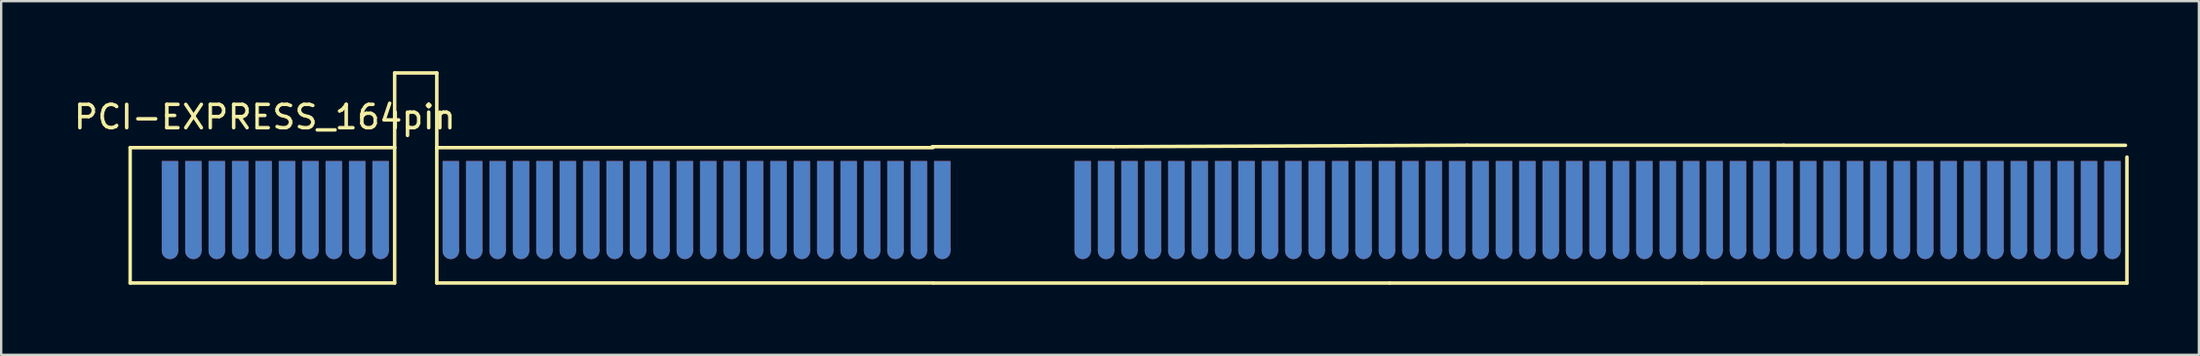
<source format=kicad_pcb>
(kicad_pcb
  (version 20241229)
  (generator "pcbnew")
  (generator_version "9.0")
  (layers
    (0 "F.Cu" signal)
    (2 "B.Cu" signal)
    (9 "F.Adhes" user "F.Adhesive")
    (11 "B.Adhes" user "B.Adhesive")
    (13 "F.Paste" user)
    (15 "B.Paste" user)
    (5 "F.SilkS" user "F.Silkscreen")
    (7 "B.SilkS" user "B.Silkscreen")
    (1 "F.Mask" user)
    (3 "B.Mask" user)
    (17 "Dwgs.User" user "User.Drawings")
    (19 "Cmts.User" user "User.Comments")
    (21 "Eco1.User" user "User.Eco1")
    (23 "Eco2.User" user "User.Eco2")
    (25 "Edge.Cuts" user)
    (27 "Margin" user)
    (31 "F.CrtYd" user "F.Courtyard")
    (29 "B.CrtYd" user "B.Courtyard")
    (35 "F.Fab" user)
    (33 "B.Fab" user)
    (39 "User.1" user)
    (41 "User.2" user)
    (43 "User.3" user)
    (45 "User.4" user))
  (footprint "PCI-EXPRESS_164pin"
    (layer "F.Cu")
    (at 4.213 5.775)
    (property "Reference" "PCI-EXPRESS_164pin" (at 4.055 -3.81 0) (layer "F.SilkS") (effects (font (size 1 1) (thickness 0.15))))
    (attr through_hole)
    (fp_line (start -1.701 -2.499) (end 9.6 -2.499) (stroke (width 0.15) (type solid)) (layer "F.SilkS"))
    (fp_line (start -1.701 3.299) (end -1.701 -2.499) (stroke (width 0.15) (type solid)) (layer "F.SilkS"))
    (fp_line (start 9.6 -5.7) (end 11.401 -5.7) (stroke (width 0.15) (type solid)) (layer "F.SilkS"))
    (fp_line (start 9.6 -2.499) (end 9.6 -5.7) (stroke (width 0.15) (type solid)) (layer "F.SilkS"))
    (fp_line (start 9.6 -2.499) (end 9.6 3.299) (stroke (width 0.15) (type solid)) (layer "F.SilkS"))
    (fp_line (start 9.6 3.299) (end -1.701 3.299) (stroke (width 0.15) (type solid)) (layer "F.SilkS"))
    (fp_line (start 11.401 -5.7) (end 11.401 -2.499) (stroke (width 0.15) (type solid)) (layer "F.SilkS"))
    (fp_line (start 11.401 -2.499) (end 11.401 3.299) (stroke (width 0.15) (type solid)) (layer "F.SilkS"))
    (fp_line (start 11.401 3.299) (end 32.6 3.299) (stroke (width 0.15) (type solid)) (layer "F.SilkS"))
    (fp_line (start 32.566 -2.54) (end 40.313 -2.54) (stroke (width 0.15) (type solid)) (layer "F.SilkS"))
    (fp_line (start 32.6 -2.499) (end 11.401 -2.499) (stroke (width 0.15) (type solid)) (layer "F.SilkS"))
    (fp_line (start 32.63 3.302) (end 52.124 3.302) (stroke (width 0.15) (type solid)) (layer "F.SilkS"))
    (fp_line (start 40.313 -2.54) (end 55.426 -2.603) (stroke (width 0.15) (type solid)) (layer "F.SilkS"))
    (fp_line (start 52.124 3.302) (end 65.46 3.302) (stroke (width 0.15) (type solid)) (layer "F.SilkS"))
    (fp_line (start 55.426 -2.603) (end 68.952 -2.603) (stroke (width 0.15) (type solid)) (layer "F.SilkS"))
    (fp_line (start 65.46 3.302) (end 83.621 3.302) (stroke (width 0.15) (type solid)) (layer "F.SilkS"))
    (fp_line (start 68.952 -2.6) (end 83.557 -2.6) (stroke (width 0.15) (type solid)) (layer "F.SilkS"))
    (fp_line (start 83.62 3.302) (end 83.62 -2.095) (stroke (width 0.15) (type solid)) (layer "F.SilkS"))
    (pad "" connect circle (at 0 1.925) (size 0.7 0.7) (layers "F.Cu" "F.Mask"))
    (pad "" connect circle (at 0 1.925) (size 0.7 0.7) (layers "B.Cu" "B.Mask"))
    (pad "" connect circle (at 1 1.925) (size 0.7 0.7) (layers "F.Cu" "F.Mask"))
    (pad "" connect circle (at 1 1.925) (size 0.7 0.7) (layers "B.Cu" "B.Mask"))
    (pad "" connect circle (at 2 1.925) (size 0.7 0.7) (layers "F.Cu" "F.Mask"))
    (pad "" connect circle (at 2 1.925) (size 0.7 0.7) (layers "B.Cu" "B.Mask"))
    (pad "" connect circle (at 3 1.925) (size 0.7 0.7) (layers "F.Cu" "F.Mask"))
    (pad "" connect circle (at 3 1.925) (size 0.7 0.7) (layers "B.Cu" "B.Mask"))
    (pad "" connect circle (at 4 1.925) (size 0.7 0.7) (layers "F.Cu" "F.Mask"))
    (pad "" connect circle (at 4 1.925) (size 0.7 0.7) (layers "B.Cu" "B.Mask"))
    (pad "" connect circle (at 5 1.925) (size 0.7 0.7) (layers "F.Cu" "F.Mask"))
    (pad "" connect circle (at 5 1.925) (size 0.7 0.7) (layers "B.Cu" "B.Mask"))
    (pad "" connect circle (at 6 1.925) (size 0.7 0.7) (layers "F.Cu" "F.Mask"))
    (pad "" connect circle (at 6 1.925) (size 0.7 0.7) (layers "B.Cu" "B.Mask"))
    (pad "" connect circle (at 7 1.925) (size 0.7 0.7) (layers "F.Cu" "F.Mask"))
    (pad "" connect circle (at 7 1.925) (size 0.7 0.7) (layers "B.Cu" "B.Mask"))
    (pad "" connect circle (at 8 1.925) (size 0.7 0.7) (layers "F.Cu" "F.Mask"))
    (pad "" connect circle (at 8 1.925) (size 0.7 0.7) (layers "B.Cu" "B.Mask"))
    (pad "" connect circle (at 9 1.925) (size 0.7 0.7) (layers "F.Cu" "F.Mask"))
    (pad "" connect circle (at 9 1.925) (size 0.7 0.7) (layers "B.Cu" "B.Mask"))
    (pad "" connect circle (at 12 1.925) (size 0.7 0.7) (layers "F.Cu" "F.Mask"))
    (pad "" connect circle (at 12 1.925) (size 0.7 0.7) (layers "B.Cu" "B.Mask"))
    (pad "" connect circle (at 13 1.925) (size 0.7 0.7) (layers "F.Cu" "F.Mask"))
    (pad "" connect circle (at 13 1.925) (size 0.7 0.7) (layers "B.Cu" "B.Mask"))
    (pad "" connect circle (at 14 1.925) (size 0.7 0.7) (layers "F.Cu" "F.Mask"))
    (pad "" connect circle (at 14 1.925) (size 0.7 0.7) (layers "B.Cu" "B.Mask"))
    (pad "" connect circle (at 15 1.925) (size 0.7 0.7) (layers "F.Cu" "F.Mask"))
    (pad "" connect circle (at 15 1.925) (size 0.7 0.7) (layers "B.Cu" "B.Mask"))
    (pad "" connect circle (at 16 1.925) (size 0.7 0.7) (layers "F.Cu" "F.Mask"))
    (pad "" connect circle (at 16 1.925) (size 0.7 0.7) (layers "B.Cu" "B.Mask"))
    (pad "" connect circle (at 17 1.925) (size 0.7 0.7) (layers "F.Cu" "F.Mask"))
    (pad "" connect circle (at 17 1.925) (size 0.7 0.7) (layers "B.Cu" "B.Mask"))
    (pad "" connect circle (at 18 1.925) (size 0.7 0.7) (layers "F.Cu" "F.Mask"))
    (pad "" connect circle (at 18 1.925) (size 0.7 0.7) (layers "B.Cu" "B.Mask"))
    (pad "" connect circle (at 19 1.925) (size 0.7 0.7) (layers "F.Cu" "F.Mask"))
    (pad "" connect circle (at 19 1.925) (size 0.7 0.7) (layers "B.Cu" "B.Mask"))
    (pad "" connect circle (at 20 1.925) (size 0.7 0.7) (layers "F.Cu" "F.Mask"))
    (pad "" connect circle (at 20 1.925) (size 0.7 0.7) (layers "B.Cu" "B.Mask"))
    (pad "" connect circle (at 21 1.925) (size 0.7 0.7) (layers "F.Cu" "F.Mask"))
    (pad "" connect circle (at 21 1.925) (size 0.7 0.7) (layers "B.Cu" "B.Mask"))
    (pad "" connect circle (at 22 1.925) (size 0.7 0.7) (layers "F.Cu" "F.Mask"))
    (pad "" connect circle (at 22 1.925) (size 0.7 0.7) (layers "B.Cu" "B.Mask"))
    (pad "" connect circle (at 23 1.925) (size 0.7 0.7) (layers "F.Cu" "F.Mask"))
    (pad "" connect circle (at 23 1.925) (size 0.7 0.7) (layers "B.Cu" "B.Mask"))
    (pad "" connect circle (at 24 1.925) (size 0.7 0.7) (layers "F.Cu" "F.Mask"))
    (pad "" connect circle (at 24 1.925) (size 0.7 0.7) (layers "B.Cu" "B.Mask"))
    (pad "" connect circle (at 25 1.925) (size 0.7 0.7) (layers "F.Cu" "F.Mask"))
    (pad "" connect circle (at 25 1.925) (size 0.7 0.7) (layers "B.Cu" "B.Mask"))
    (pad "" connect circle (at 26 1.925) (size 0.7 0.7) (layers "F.Cu" "F.Mask"))
    (pad "" connect circle (at 26 1.925) (size 0.7 0.7) (layers "B.Cu" "B.Mask"))
    (pad "" connect circle (at 27 1.925) (size 0.7 0.7) (layers "F.Cu" "F.Mask"))
    (pad "" connect circle (at 27 1.925) (size 0.7 0.7) (layers "B.Cu" "B.Mask"))
    (pad "" connect circle (at 28 1.925) (size 0.7 0.7) (layers "F.Cu" "F.Mask"))
    (pad "" connect circle (at 28 1.925) (size 0.7 0.7) (layers "B.Cu" "B.Mask"))
    (pad "" connect circle (at 29 1.925) (size 0.7 0.7) (layers "F.Cu" "F.Mask"))
    (pad "" connect circle (at 29 1.925) (size 0.7 0.7) (layers "B.Cu" "B.Mask"))
    (pad "" connect circle (at 30 1.925) (size 0.7 0.7) (layers "F.Cu" "F.Mask"))
    (pad "" connect circle (at 30 1.925) (size 0.7 0.7) (layers "B.Cu" "B.Mask"))
    (pad "" connect circle (at 31 1.925) (size 0.7 0.7) (layers "F.Cu" "F.Mask"))
    (pad "" connect circle (at 31 1.925) (size 0.7 0.7) (layers "B.Cu" "B.Mask"))
    (pad "" connect circle (at 32 1.925) (size 0.7 0.7) (layers "F.Cu" "F.Mask"))
    (pad "" connect circle (at 32 1.925) (size 0.7 0.7) (layers "B.Cu" "B.Mask"))
    (pad "" connect circle (at 33 1.925) (size 0.7 0.7) (layers "F.Cu" "F.Mask"))
    (pad "" connect circle (at 33 1.925) (size 0.7 0.7) (layers "B.Cu" "B.Mask"))
    (pad "" connect circle (at 39 1.925) (size 0.7 0.7) (layers "F.Cu" "F.Mask"))
    (pad "" connect circle (at 39 1.925) (size 0.7 0.7) (layers "B.Cu" "B.Mask"))
    (pad "" connect circle (at 40 1.925) (size 0.7 0.7) (layers "F.Cu" "F.Mask"))
    (pad "" connect circle (at 40 1.925) (size 0.7 0.7) (layers "B.Cu" "B.Mask"))
    (pad "" connect circle (at 41 1.925) (size 0.7 0.7) (layers "F.Cu" "F.Mask"))
    (pad "" connect circle (at 41 1.925) (size 0.7 0.7) (layers "B.Cu" "B.Mask"))
    (pad "" connect circle (at 42 1.925) (size 0.7 0.7) (layers "F.Cu" "F.Mask"))
    (pad "" connect circle (at 42 1.925) (size 0.7 0.7) (layers "B.Cu" "B.Mask"))
    (pad "" connect circle (at 43 1.925) (size 0.7 0.7) (layers "F.Cu" "F.Mask"))
    (pad "" connect circle (at 43 1.925) (size 0.7 0.7) (layers "B.Cu" "B.Mask"))
    (pad "" connect circle (at 44 1.925) (size 0.7 0.7) (layers "F.Cu" "F.Mask"))
    (pad "" connect circle (at 44 1.925) (size 0.7 0.7) (layers "B.Cu" "B.Mask"))
    (pad "" connect circle (at 45 1.925) (size 0.7 0.7) (layers "F.Cu" "F.Mask"))
    (pad "" connect circle (at 45 1.925) (size 0.7 0.7) (layers "B.Cu" "B.Mask"))
    (pad "" connect circle (at 46 1.925) (size 0.7 0.7) (layers "F.Cu" "F.Mask"))
    (pad "" connect circle (at 46 1.925) (size 0.7 0.7) (layers "B.Cu" "B.Mask"))
    (pad "" connect circle (at 47 1.925) (size 0.7 0.7) (layers "F.Cu" "F.Mask"))
    (pad "" connect circle (at 47 1.925) (size 0.7 0.7) (layers "B.Cu" "B.Mask"))
    (pad "" connect circle (at 48 1.925) (size 0.7 0.7) (layers "F.Cu" "F.Mask"))
    (pad "" connect circle (at 48 1.925) (size 0.7 0.7) (layers "B.Cu" "B.Mask"))
    (pad "" connect circle (at 49 1.925) (size 0.7 0.7) (layers "F.Cu" "F.Mask"))
    (pad "" connect circle (at 49 1.925) (size 0.7 0.7) (layers "B.Cu" "B.Mask"))
    (pad "" connect circle (at 50 1.925) (size 0.7 0.7) (layers "F.Cu" "F.Mask"))
    (pad "" connect circle (at 50 1.925) (size 0.7 0.7) (layers "B.Cu" "B.Mask"))
    (pad "" connect circle (at 51 1.925) (size 0.7 0.7) (layers "F.Cu" "F.Mask"))
    (pad "" connect circle (at 51 1.925) (size 0.7 0.7) (layers "B.Cu" "B.Mask"))
    (pad "" connect circle (at 52 1.925) (size 0.7 0.7) (layers "F.Cu" "F.Mask"))
    (pad "" connect circle (at 52 1.925) (size 0.7 0.7) (layers "B.Cu" "B.Mask"))
    (pad "" connect circle (at 53 1.925) (size 0.7 0.7) (layers "F.Cu" "F.Mask"))
    (pad "" connect circle (at 53 1.925) (size 0.7 0.7) (layers "B.Cu" "B.Mask"))
    (pad "" connect circle (at 54 1.925) (size 0.7 0.7) (layers "F.Cu" "F.Mask"))
    (pad "" connect circle (at 54 1.925) (size 0.7 0.7) (layers "B.Cu" "B.Mask"))
    (pad "" connect circle (at 55 1.925) (size 0.7 0.7) (layers "F.Cu" "F.Mask"))
    (pad "" connect circle (at 55 1.925) (size 0.7 0.7) (layers "B.Cu" "B.Mask"))
    (pad "" connect circle (at 56 1.925) (size 0.7 0.7) (layers "F.Cu" "F.Mask"))
    (pad "" connect circle (at 56 1.925) (size 0.7 0.7) (layers "B.Cu" "B.Mask"))
    (pad "" connect circle (at 57 1.925) (size 0.7 0.7) (layers "F.Cu" "F.Mask"))
    (pad "" connect circle (at 57 1.925) (size 0.7 0.7) (layers "B.Cu" "B.Mask"))
    (pad "" connect circle (at 58 1.925) (size 0.7 0.7) (layers "F.Cu" "F.Mask"))
    (pad "" connect circle (at 58 1.925) (size 0.7 0.7) (layers "B.Cu" "B.Mask"))
    (pad "" connect circle (at 59 1.925) (size 0.7 0.7) (layers "F.Cu" "F.Mask"))
    (pad "" connect circle (at 59 1.925) (size 0.7 0.7) (layers "B.Cu" "B.Mask"))
    (pad "" connect circle (at 60 1.925) (size 0.7 0.7) (layers "F.Cu" "F.Mask"))
    (pad "" connect circle (at 60 1.925) (size 0.7 0.7) (layers "B.Cu" "B.Mask"))
    (pad "" connect circle (at 61 1.925) (size 0.7 0.7) (layers "F.Cu" "F.Mask"))
    (pad "" connect circle (at 61 1.925) (size 0.7 0.7) (layers "B.Cu" "B.Mask"))
    (pad "" connect circle (at 62 1.925) (size 0.7 0.7) (layers "F.Cu" "F.Mask"))
    (pad "" connect circle (at 62 1.925) (size 0.7 0.7) (layers "B.Cu" "B.Mask"))
    (pad "" connect circle (at 63 1.925) (size 0.7 0.7) (layers "F.Cu" "F.Mask"))
    (pad "" connect circle (at 63 1.925) (size 0.7 0.7) (layers "B.Cu" "B.Mask"))
    (pad "" connect circle (at 64 1.925) (size 0.7 0.7) (layers "F.Cu" "F.Mask"))
    (pad "" connect circle (at 64 1.925) (size 0.7 0.7) (layers "B.Cu" "B.Mask"))
    (pad "" connect circle (at 65 1.925) (size 0.7 0.7) (layers "F.Cu" "F.Mask"))
    (pad "" connect circle (at 65 1.925) (size 0.7 0.7) (layers "B.Cu" "B.Mask"))
    (pad "" connect circle (at 66 1.925) (size 0.7 0.7) (layers "F.Cu" "F.Mask"))
    (pad "" connect circle (at 66 1.925) (size 0.7 0.7) (layers "B.Cu" "B.Mask"))
    (pad "" connect circle (at 67 1.925) (size 0.7 0.7) (layers "F.Cu" "F.Mask"))
    (pad "" connect circle (at 67 1.925) (size 0.7 0.7) (layers "B.Cu" "B.Mask"))
    (pad "" connect circle (at 68 1.925) (size 0.7 0.7) (layers "F.Cu" "F.Mask"))
    (pad "" connect circle (at 68 1.925) (size 0.7 0.7) (layers "B.Cu" "B.Mask"))
    (pad "" connect circle (at 69 1.925) (size 0.7 0.7) (layers "F.Cu" "F.Mask"))
    (pad "" connect circle (at 69 1.925) (size 0.7 0.7) (layers "B.Cu" "B.Mask"))
    (pad "" connect circle (at 70 1.925) (size 0.7 0.7) (layers "F.Cu" "F.Mask"))
    (pad "" connect circle (at 70 1.925) (size 0.7 0.7) (layers "B.Cu" "B.Mask"))
    (pad "" connect circle (at 71 1.925) (size 0.7 0.7) (layers "F.Cu" "F.Mask"))
    (pad "" connect circle (at 71 1.925) (size 0.7 0.7) (layers "B.Cu" "B.Mask"))
    (pad "" connect circle (at 72 1.925) (size 0.7 0.7) (layers "F.Cu" "F.Mask"))
    (pad "" connect circle (at 72 1.925) (size 0.7 0.7) (layers "B.Cu" "B.Mask"))
    (pad "" connect circle (at 73 1.925) (size 0.7 0.7) (layers "F.Cu" "F.Mask"))
    (pad "" connect circle (at 73 1.925) (size 0.7 0.7) (layers "B.Cu" "B.Mask"))
    (pad "" connect circle (at 74 1.925) (size 0.7 0.7) (layers "F.Cu" "F.Mask"))
    (pad "" connect circle (at 74 1.925) (size 0.7 0.7) (layers "B.Cu" "B.Mask"))
    (pad "" connect circle (at 75 1.925) (size 0.7 0.7) (layers "F.Cu" "F.Mask"))
    (pad "" connect circle (at 75 1.925) (size 0.7 0.7) (layers "B.Cu" "B.Mask"))
    (pad "" connect circle (at 76 1.925) (size 0.7 0.7) (layers "F.Cu" "F.Mask"))
    (pad "" connect circle (at 76 1.925) (size 0.7 0.7) (layers "B.Cu" "B.Mask"))
    (pad "" connect circle (at 77 1.925) (size 0.7 0.7) (layers "F.Cu" "F.Mask"))
    (pad "" connect circle (at 77 1.925) (size 0.7 0.7) (layers "B.Cu" "B.Mask"))
    (pad "" connect circle (at 78 1.925) (size 0.7 0.7) (layers "F.Cu" "F.Mask"))
    (pad "" connect circle (at 78 1.925) (size 0.7 0.7) (layers "B.Cu" "B.Mask"))
    (pad "" connect circle (at 79 1.925) (size 0.7 0.7) (layers "F.Cu" "F.Mask"))
    (pad "" connect circle (at 79 1.925) (size 0.7 0.7) (layers "B.Cu" "B.Mask"))
    (pad "" connect circle (at 80 1.925) (size 0.7 0.7) (layers "F.Cu" "F.Mask"))
    (pad "" connect circle (at 80 1.925) (size 0.7 0.7) (layers "B.Cu" "B.Mask"))
    (pad "" connect circle (at 81 1.925) (size 0.7 0.7) (layers "F.Cu" "F.Mask"))
    (pad "" connect circle (at 81 1.925) (size 0.7 0.7) (layers "B.Cu" "B.Mask"))
    (pad "" connect circle (at 82 1.925) (size 0.7 0.7) (layers "F.Cu" "F.Mask"))
    (pad "" connect circle (at 82 1.925) (size 0.7 0.7) (layers "B.Cu" "B.Mask"))
    (pad "" connect circle (at 83 1.925) (size 0.7 0.7) (layers "F.Cu" "F.Mask"))
    (pad "" connect circle (at 83 1.925) (size 0.7 0.7) (layers "B.Cu" "B.Mask"))
    (pad "A01" connect rect (at 0 0) (size 0.7 3.85) (layers "B.Cu" "B.Mask"))
    (pad "A02" connect rect (at 1 0) (size 0.7 3.85) (layers "B.Cu" "B.Mask"))
    (pad "A03" connect rect (at 2 0) (size 0.7 3.85) (layers "B.Cu" "B.Mask"))
    (pad "A04" connect rect (at 3 0) (size 0.7 3.85) (layers "B.Cu" "B.Mask"))
    (pad "A05" connect rect (at 4 0) (size 0.7 3.85) (layers "B.Cu" "B.Mask"))
    (pad "A06" connect rect (at 5 0) (size 0.7 3.85) (layers "B.Cu" "B.Mask"))
    (pad "A07" connect rect (at 6 0) (size 0.7 3.85) (layers "B.Cu" "B.Mask"))
    (pad "A08" connect rect (at 7 0) (size 0.7 3.85) (layers "B.Cu" "B.Mask"))
    (pad "A09" connect rect (at 8 0) (size 0.7 3.85) (layers "B.Cu" "B.Mask"))
    (pad "A10" connect rect (at 9 0) (size 0.7 3.85) (layers "B.Cu" "B.Mask"))
    (pad "A11" connect rect (at 12 0) (size 0.7 3.85) (layers "B.Cu" "B.Mask"))
    (pad "A12" connect rect (at 13 0) (size 0.7 3.85) (layers "B.Cu" "B.Mask"))
    (pad "A13" connect rect (at 14 0) (size 0.7 3.85) (layers "B.Cu" "B.Mask"))
    (pad "A14" connect rect (at 15 0) (size 0.7 3.85) (layers "B.Cu" "B.Mask"))
    (pad "A15" connect rect (at 16 0) (size 0.7 3.85) (layers "B.Cu" "B.Mask"))
    (pad "A16" connect rect (at 17 0) (size 0.7 3.85) (layers "B.Cu" "B.Mask"))
    (pad "A17" connect rect (at 18 0) (size 0.7 3.85) (layers "B.Cu" "B.Mask"))
    (pad "A18" connect rect (at 19 0) (size 0.7 3.85) (layers "B.Cu" "B.Mask"))
    (pad "A19" connect rect (at 20 0) (size 0.7 3.85) (layers "B.Cu" "B.Mask"))
    (pad "A20" connect rect (at 21 0) (size 0.7 3.85) (layers "B.Cu" "B.Mask"))
    (pad "A21" connect rect (at 22 0) (size 0.7 3.85) (layers "B.Cu" "B.Mask"))
    (pad "A22" connect rect (at 23 0) (size 0.7 3.85) (layers "B.Cu" "B.Mask"))
    (pad "A23" connect rect (at 24 0) (size 0.7 3.85) (layers "B.Cu" "B.Mask"))
    (pad "A24" connect rect (at 25 0) (size 0.7 3.85) (layers "B.Cu" "B.Mask"))
    (pad "A25" connect rect (at 26 0) (size 0.7 3.85) (layers "B.Cu" "B.Mask"))
    (pad "A26" connect rect (at 27 0) (size 0.7 3.85) (layers "B.Cu" "B.Mask"))
    (pad "A27" connect rect (at 28 0) (size 0.7 3.85) (layers "B.Cu" "B.Mask"))
    (pad "A28" connect rect (at 29 0) (size 0.7 3.85) (layers "B.Cu" "B.Mask"))
    (pad "A29" connect rect (at 30 0) (size 0.7 3.85) (layers "B.Cu" "B.Mask"))
    (pad "A30" connect rect (at 31 0) (size 0.7 3.85) (layers "B.Cu" "B.Mask"))
    (pad "A31" connect rect (at 32 0) (size 0.7 3.85) (layers "B.Cu" "B.Mask"))
    (pad "A32" connect rect (at 33 0) (size 0.7 3.85) (layers "B.Cu" "B.Mask"))
    (pad "A38" connect rect (at 39 0) (size 0.7 3.85) (layers "B.Cu" "B.Mask"))
    (pad "A39" connect rect (at 40 0) (size 0.7 3.85) (layers "B.Cu" "B.Mask"))
    (pad "A40" connect rect (at 41 0) (size 0.7 3.85) (layers "B.Cu" "B.Mask"))
    (pad "A41" connect rect (at 42 0) (size 0.7 3.85) (layers "B.Cu" "B.Mask"))
    (pad "A42" connect rect (at 43 0) (size 0.7 3.85) (layers "B.Cu" "B.Mask"))
    (pad "A43" connect rect (at 44 0) (size 0.7 3.85) (layers "B.Cu" "B.Mask"))
    (pad "A44" connect rect (at 45 0) (size 0.7 3.85) (layers "B.Cu" "B.Mask"))
    (pad "A45" connect rect (at 46 0) (size 0.7 3.85) (layers "B.Cu" "B.Mask"))
    (pad "A46" connect rect (at 47 0) (size 0.7 3.85) (layers "B.Cu" "B.Mask"))
    (pad "A47" connect rect (at 48 0) (size 0.7 3.85) (layers "B.Cu" "B.Mask"))
    (pad "A48" connect rect (at 49 0) (size 0.7 3.85) (layers "B.Cu" "B.Mask"))
    (pad "A49" connect rect (at 50 0) (size 0.7 3.85) (layers "B.Cu" "B.Mask"))
    (pad "A50" connect rect (at 51 0) (size 0.7 3.85) (layers "B.Cu" "B.Mask"))
    (pad "A51" connect rect (at 52 0) (size 0.7 3.85) (layers "B.Cu" "B.Mask"))
    (pad "A52" connect rect (at 53 0) (size 0.7 3.85) (layers "B.Cu" "B.Mask"))
    (pad "A53" connect rect (at 54 0) (size 0.7 3.85) (layers "B.Cu" "B.Mask"))
    (pad "A54" connect rect (at 55 0) (size 0.7 3.85) (layers "B.Cu" "B.Mask"))
    (pad "A55" connect rect (at 56 0) (size 0.7 3.85) (layers "B.Cu" "B.Mask"))
    (pad "A56" connect rect (at 57 0) (size 0.7 3.85) (layers "B.Cu" "B.Mask"))
    (pad "A57" connect rect (at 58 0) (size 0.7 3.85) (layers "B.Cu" "B.Mask"))
    (pad "A58" connect rect (at 59 0) (size 0.7 3.85) (layers "B.Cu" "B.Mask"))
    (pad "A59" connect rect (at 60 0) (size 0.7 3.85) (layers "B.Cu" "B.Mask"))
    (pad "A60" connect rect (at 61 0) (size 0.7 3.85) (layers "B.Cu" "B.Mask"))
    (pad "A61" connect rect (at 62 0) (size 0.7 3.85) (layers "B.Cu" "B.Mask"))
    (pad "A62" connect rect (at 63 0) (size 0.7 3.85) (layers "B.Cu" "B.Mask"))
    (pad "A63" connect rect (at 64 0) (size 0.7 3.85) (layers "B.Cu" "B.Mask"))
    (pad "A64" connect rect (at 65 0) (size 0.7 3.85) (layers "B.Cu" "B.Mask"))
    (pad "A65" connect rect (at 66 0) (size 0.7 3.85) (layers "B.Cu" "B.Mask"))
    (pad "A66" connect rect (at 67 0) (size 0.7 3.85) (layers "B.Cu" "B.Mask"))
    (pad "A67" connect rect (at 68 0) (size 0.7 3.85) (layers "B.Cu" "B.Mask"))
    (pad "A68" connect rect (at 69 0) (size 0.7 3.85) (layers "B.Cu" "B.Mask"))
    (pad "A69" connect rect (at 70 0) (size 0.7 3.85) (layers "B.Cu" "B.Mask"))
    (pad "A70" connect rect (at 71 0) (size 0.7 3.85) (layers "B.Cu" "B.Mask"))
    (pad "A71" connect rect (at 72 0) (size 0.7 3.85) (layers "B.Cu" "B.Mask"))
    (pad "A72" connect rect (at 73 0) (size 0.7 3.85) (layers "B.Cu" "B.Mask"))
    (pad "A73" connect rect (at 74 0) (size 0.7 3.85) (layers "B.Cu" "B.Mask"))
    (pad "A74" connect rect (at 75 0) (size 0.7 3.85) (layers "B.Cu" "B.Mask"))
    (pad "A75" connect rect (at 76 0) (size 0.7 3.85) (layers "B.Cu" "B.Mask"))
    (pad "A76" connect rect (at 77 0) (size 0.7 3.85) (layers "B.Cu" "B.Mask"))
    (pad "A77" connect rect (at 78 0) (size 0.7 3.85) (layers "B.Cu" "B.Mask"))
    (pad "A78" connect rect (at 79 0) (size 0.7 3.85) (layers "B.Cu" "B.Mask"))
    (pad "A79" connect rect (at 80 0) (size 0.7 3.85) (layers "B.Cu" "B.Mask"))
    (pad "A80" connect rect (at 81 0) (size 0.7 3.85) (layers "B.Cu" "B.Mask"))
    (pad "A81" connect rect (at 82 0) (size 0.7 3.85) (layers "B.Cu" "B.Mask"))
    (pad "A82" connect rect (at 83 0) (size 0.7 3.85) (layers "B.Cu" "B.Mask"))
    (pad "B01" connect rect (at 0 0) (size 0.7 3.85) (layers "F.Cu" "F.Mask"))
    (pad "B02" connect rect (at 1 0) (size 0.7 3.85) (layers "F.Cu" "F.Mask"))
    (pad "B03" connect rect (at 2 0) (size 0.7 3.85) (layers "F.Cu" "F.Mask"))
    (pad "B04" connect rect (at 3 0) (size 0.7 3.85) (layers "F.Cu" "F.Mask"))
    (pad "B05" connect rect (at 4 0) (size 0.7 3.85) (layers "F.Cu" "F.Mask"))
    (pad "B06" connect rect (at 5 0) (size 0.7 3.85) (layers "F.Cu" "F.Mask"))
    (pad "B07" connect rect (at 6 0) (size 0.7 3.85) (layers "F.Cu" "F.Mask"))
    (pad "B08" connect rect (at 7 0) (size 0.7 3.85) (layers "F.Cu" "F.Mask"))
    (pad "B09" connect rect (at 8 0) (size 0.7 3.85) (layers "F.Cu" "F.Mask"))
    (pad "B10" connect rect (at 9 0) (size 0.7 3.85) (layers "F.Cu" "F.Mask"))
    (pad "B11" connect rect (at 12 0) (size 0.7 3.85) (layers "F.Cu" "F.Mask"))
    (pad "B12" connect rect (at 13 0) (size 0.7 3.85) (layers "F.Cu" "F.Mask"))
    (pad "B13" connect rect (at 14 0) (size 0.7 3.85) (layers "F.Cu" "F.Mask"))
    (pad "B14" connect rect (at 15 0) (size 0.7 3.85) (layers "F.Cu" "F.Mask"))
    (pad "B15" connect rect (at 16 0) (size 0.7 3.85) (layers "F.Cu" "F.Mask"))
    (pad "B16" connect rect (at 17 0) (size 0.7 3.85) (layers "F.Cu" "F.Mask"))
    (pad "B17" connect rect (at 18 0) (size 0.7 3.85) (layers "F.Cu" "F.Mask"))
    (pad "B18" connect rect (at 19 0) (size 0.7 3.85) (layers "F.Cu" "F.Mask"))
    (pad "B19" connect rect (at 20 0) (size 0.7 3.85) (layers "F.Cu" "F.Mask"))
    (pad "B20" connect rect (at 21 0) (size 0.7 3.85) (layers "F.Cu" "F.Mask"))
    (pad "B21" connect rect (at 22 0) (size 0.7 3.85) (layers "F.Cu" "F.Mask"))
    (pad "B22" connect rect (at 23 0) (size 0.7 3.85) (layers "F.Cu" "F.Mask"))
    (pad "B23" connect rect (at 24 0) (size 0.7 3.85) (layers "F.Cu" "F.Mask"))
    (pad "B24" connect rect (at 25 0) (size 0.7 3.85) (layers "F.Cu" "F.Mask"))
    (pad "B25" connect rect (at 26 0) (size 0.7 3.85) (layers "F.Cu" "F.Mask"))
    (pad "B26" connect rect (at 27 0) (size 0.7 3.85) (layers "F.Cu" "F.Mask"))
    (pad "B27" connect rect (at 28 0) (size 0.7 3.85) (layers "F.Cu" "F.Mask"))
    (pad "B28" connect rect (at 29 0) (size 0.7 3.85) (layers "F.Cu" "F.Mask"))
    (pad "B29" connect rect (at 30 0) (size 0.7 3.85) (layers "F.Cu" "F.Mask"))
    (pad "B30" connect rect (at 31 0) (size 0.7 3.85) (layers "F.Cu" "F.Mask"))
    (pad "B31" connect rect (at 32 0) (size 0.7 3.85) (layers "F.Cu" "F.Mask"))
    (pad "B32" connect rect (at 33 0) (size 0.7 3.85) (layers "F.Cu" "F.Mask"))
    (pad "B38" connect rect (at 39 0) (size 0.7 3.85) (layers "F.Cu" "F.Mask"))
    (pad "B39" connect rect (at 40 0) (size 0.7 3.85) (layers "F.Cu" "F.Mask"))
    (pad "B40" connect rect (at 41 0) (size 0.7 3.85) (layers "F.Cu" "F.Mask"))
    (pad "B41" connect rect (at 42 0) (size 0.7 3.85) (layers "F.Cu" "F.Mask"))
    (pad "B42" connect rect (at 43 0) (size 0.7 3.85) (layers "F.Cu" "F.Mask"))
    (pad "B43" connect rect (at 44 0) (size 0.7 3.85) (layers "F.Cu" "F.Mask"))
    (pad "B44" connect rect (at 45 0) (size 0.7 3.85) (layers "F.Cu" "F.Mask"))
    (pad "B45" connect rect (at 46 0) (size 0.7 3.85) (layers "F.Cu" "F.Mask"))
    (pad "B46" connect rect (at 47 0) (size 0.7 3.85) (layers "F.Cu" "F.Mask"))
    (pad "B47" connect rect (at 48 0) (size 0.7 3.85) (layers "F.Cu" "F.Mask"))
    (pad "B48" connect rect (at 49 0) (size 0.7 3.85) (layers "F.Cu" "F.Mask"))
    (pad "B49" connect rect (at 50 0) (size 0.7 3.85) (layers "F.Cu" "F.Mask"))
    (pad "B50" connect rect (at 51 0) (size 0.7 3.85) (layers "F.Cu" "F.Mask"))
    (pad "B51" connect rect (at 52 0) (size 0.7 3.85) (layers "F.Cu" "F.Mask"))
    (pad "B52" connect rect (at 53 0) (size 0.7 3.85) (layers "F.Cu" "F.Mask"))
    (pad "B53" connect rect (at 54 0) (size 0.7 3.85) (layers "F.Cu" "F.Mask"))
    (pad "B54" connect rect (at 55 0) (size 0.7 3.85) (layers "F.Cu" "F.Mask"))
    (pad "B55" connect rect (at 56 0) (size 0.7 3.85) (layers "F.Cu" "F.Mask"))
    (pad "B56" connect rect (at 57 0) (size 0.7 3.85) (layers "F.Cu" "F.Mask"))
    (pad "B57" connect rect (at 58 0) (size 0.7 3.85) (layers "F.Cu" "F.Mask"))
    (pad "B58" connect rect (at 59 0) (size 0.7 3.85) (layers "F.Cu" "F.Mask"))
    (pad "B59" connect rect (at 60 0) (size 0.7 3.85) (layers "F.Cu" "F.Mask"))
    (pad "B60" connect rect (at 61 0) (size 0.7 3.85) (layers "F.Cu" "F.Mask"))
    (pad "B61" connect rect (at 62 0) (size 0.7 3.85) (layers "F.Cu" "F.Mask"))
    (pad "B62" connect rect (at 63 0) (size 0.7 3.85) (layers "F.Cu" "F.Mask"))
    (pad "B63" connect rect (at 64 0) (size 0.7 3.85) (layers "F.Cu" "F.Mask"))
    (pad "B64" connect rect (at 65 0) (size 0.7 3.85) (layers "F.Cu" "F.Mask"))
    (pad "B65" connect rect (at 66 0) (size 0.7 3.85) (layers "F.Cu" "F.Mask"))
    (pad "B66" connect rect (at 67 0) (size 0.7 3.85) (layers "F.Cu" "F.Mask"))
    (pad "B67" connect rect (at 68 0) (size 0.7 3.85) (layers "F.Cu" "F.Mask"))
    (pad "B68" connect rect (at 69 0) (size 0.7 3.85) (layers "F.Cu" "F.Mask"))
    (pad "B69" connect rect (at 70 0) (size 0.7 3.85) (layers "F.Cu" "F.Mask"))
    (pad "B70" connect rect (at 71 0) (size 0.7 3.85) (layers "F.Cu" "F.Mask"))
    (pad "B71" connect rect (at 72 0) (size 0.7 3.85) (layers "F.Cu" "F.Mask"))
    (pad "B72" connect rect (at 73 0) (size 0.7 3.85) (layers "F.Cu" "F.Mask"))
    (pad "B73" connect rect (at 74 0) (size 0.7 3.85) (layers "F.Cu" "F.Mask"))
    (pad "B74" connect rect (at 75 0) (size 0.7 3.85) (layers "F.Cu" "F.Mask"))
    (pad "B75" connect rect (at 76 0) (size 0.7 3.85) (layers "F.Cu" "F.Mask"))
    (pad "B76" connect rect (at 77 0) (size 0.7 3.85) (layers "F.Cu" "F.Mask"))
    (pad "B77" connect rect (at 78 0) (size 0.7 3.85) (layers "F.Cu" "F.Mask"))
    (pad "B78" connect rect (at 79 0) (size 0.7 3.85) (layers "F.Cu" "F.Mask"))
    (pad "B79" connect rect (at 80 0) (size 0.7 3.85) (layers "F.Cu" "F.Mask"))
    (pad "B80" connect rect (at 81 0) (size 0.7 3.85) (layers "F.Cu" "F.Mask"))
    (pad "B81" connect rect (at 82 0) (size 0.7 3.85) (layers "F.Cu" "F.Mask"))
    (pad "B82" connect rect (at 83 0) (size 0.7 3.85) (layers "F.Cu" "F.Mask")))
  (gr_rect
    (start -3 -3)
    (end 90.908 12.152)
    (stroke (width 0.1) (type default))
    (fill no)
    (layer "Edge.Cuts")))
</source>
